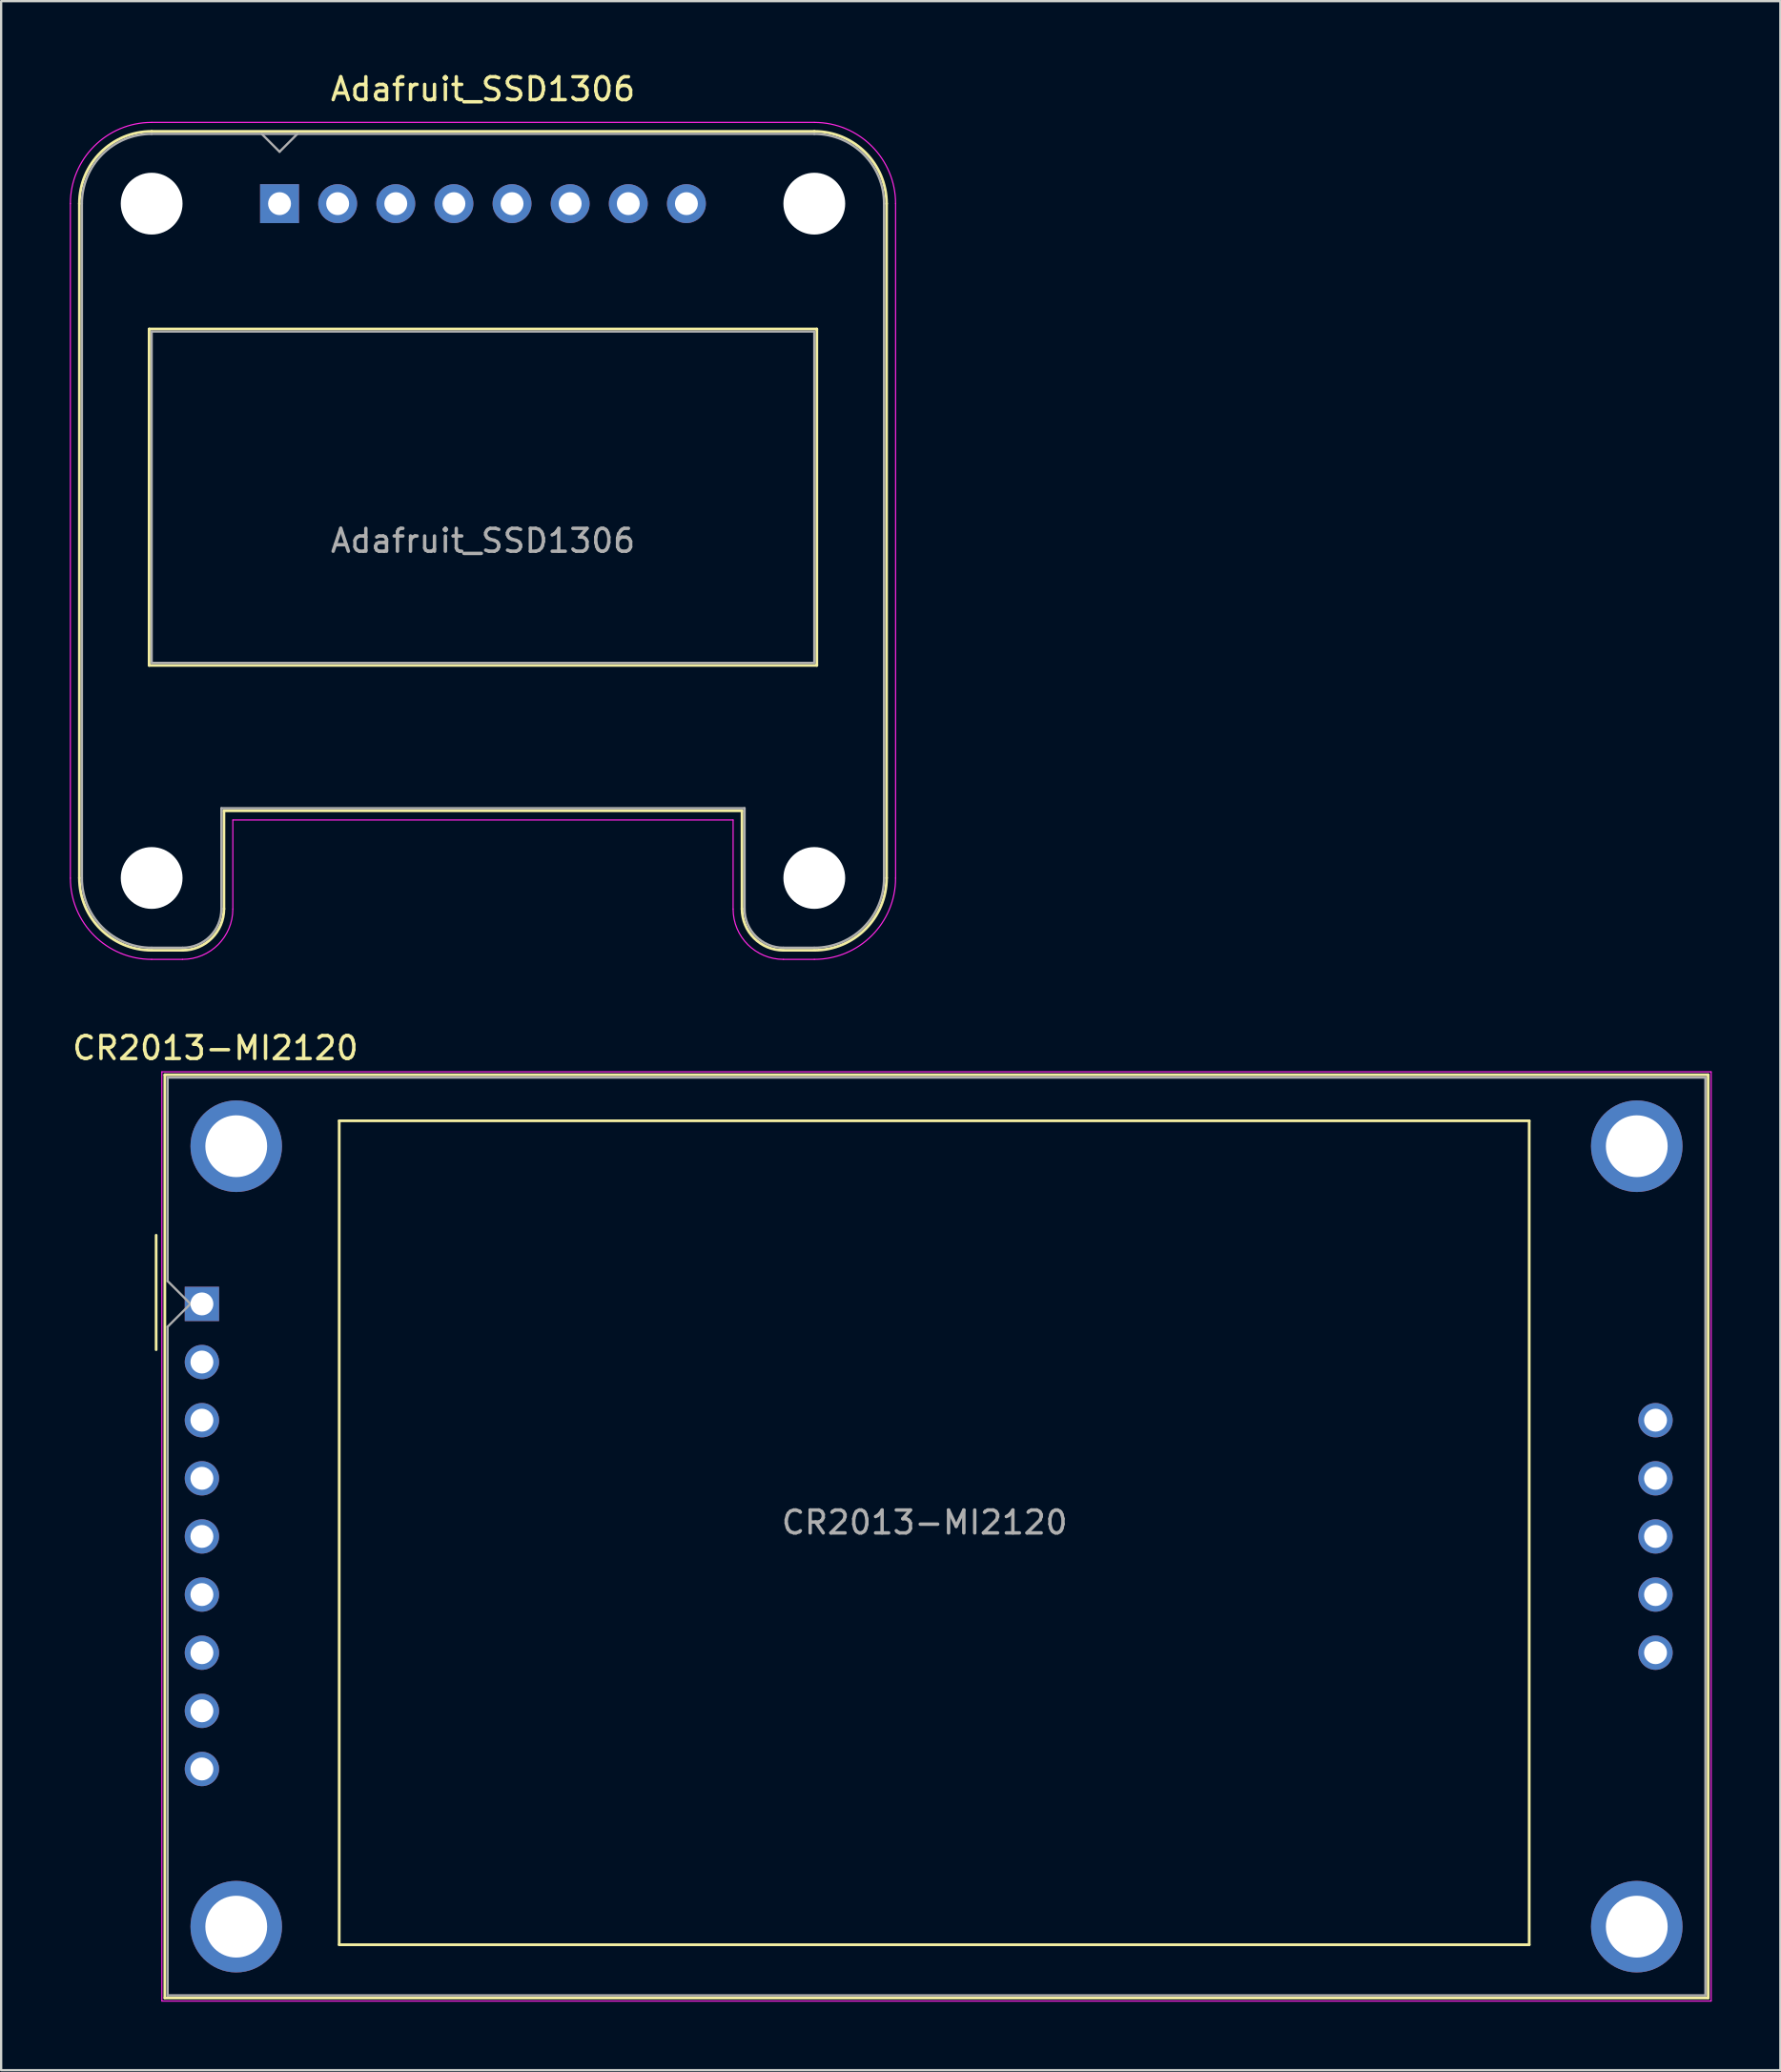
<source format=kicad_pcb>
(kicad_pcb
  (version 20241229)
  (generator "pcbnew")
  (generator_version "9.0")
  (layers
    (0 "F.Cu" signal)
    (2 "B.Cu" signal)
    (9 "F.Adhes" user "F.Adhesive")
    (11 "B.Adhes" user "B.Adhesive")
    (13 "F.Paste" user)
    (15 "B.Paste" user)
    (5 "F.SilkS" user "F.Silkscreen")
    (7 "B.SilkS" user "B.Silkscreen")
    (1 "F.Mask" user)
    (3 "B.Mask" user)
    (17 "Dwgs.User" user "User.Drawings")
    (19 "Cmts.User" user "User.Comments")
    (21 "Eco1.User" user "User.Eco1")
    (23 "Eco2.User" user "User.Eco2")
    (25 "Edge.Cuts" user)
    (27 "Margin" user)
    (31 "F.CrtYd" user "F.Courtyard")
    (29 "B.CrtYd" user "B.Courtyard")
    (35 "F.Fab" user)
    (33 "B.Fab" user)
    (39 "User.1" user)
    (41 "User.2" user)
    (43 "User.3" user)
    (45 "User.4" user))
  (footprint "Adafruit_SSD1306"
    (layer "F.Cu")
    (at 18.055 5.848)
    (property "Reference" "Adafruit_SSD1306" (at 0 -5 0) (layer "F.SilkS") (effects (font (size 1 1) (thickness 0.15))))
    (attr through_hole)
    (fp_line (start -17.636 0) (end -17.636 29.464) (stroke (width 0.12) (type solid)) (layer "F.SilkS"))
    (fp_line (start -14.588 5.478) (end -14.588 20.176) (stroke (width 0.12) (type solid)) (layer "F.SilkS"))
    (fp_line (start -14.588 5.478) (end 14.588 5.478) (stroke (width 0.12) (type solid)) (layer "F.SilkS"))
    (fp_line (start -14.588 20.176) (end 14.588 20.176) (stroke (width 0.12) (type solid)) (layer "F.SilkS"))
    (fp_line (start -13.128 32.622) (end -14.48 32.622) (stroke (width 0.12) (type solid)) (layer "F.SilkS"))
    (fp_line (start -11.32 26.526) (end -11.32 30.814) (stroke (width 0.12) (type solid)) (layer "F.SilkS"))
    (fp_line (start -11.32 26.526) (end 11.32 26.526) (stroke (width 0.12) (type solid)) (layer "F.SilkS"))
    (fp_line (start 11.32 26.526) (end 11.32 30.814) (stroke (width 0.12) (type solid)) (layer "F.SilkS"))
    (fp_line (start 13.128 32.622) (end 14.48 32.622) (stroke (width 0.12) (type solid)) (layer "F.SilkS"))
    (fp_line (start 14.478 -3.158) (end -14.478 -3.158) (stroke (width 0.12) (type solid)) (layer "F.SilkS"))
    (fp_line (start 14.588 5.478) (end 14.588 20.176) (stroke (width 0.12) (type solid)) (layer "F.SilkS"))
    (fp_line (start 17.636 0) (end 17.636 29.464) (stroke (width 0.12) (type solid)) (layer "F.SilkS"))
    (fp_arc (start -17.636 0) (mid -16.711043 -2.233043) (end -14.478 -3.158) (stroke (width 0.12) (type solid)) (layer "F.SilkS"))
    (fp_arc (start -14.478 32.622) (mid -16.711043 31.697043) (end -17.636 29.464) (stroke (width 0.12) (type solid)) (layer "F.SilkS"))
    (fp_arc (start -11.32 30.812) (mid -11.848137 32.091035) (end -13.126 32.622) (stroke (width 0.12) (type solid)) (layer "F.SilkS"))
    (fp_arc (start 13.126 32.622) (mid 11.848137 32.091035) (end 11.32 30.812) (stroke (width 0.12) (type solid)) (layer "F.SilkS"))
    (fp_arc (start 14.478 -3.158) (mid 16.711043 -2.233043) (end 17.636 0) (stroke (width 0.12) (type solid)) (layer "F.SilkS"))
    (fp_arc (start 17.636 29.464) (mid 16.711043 31.697043) (end 14.478 32.622) (stroke (width 0.12) (type solid)) (layer "F.SilkS"))
    (fp_line (start -18.03 0) (end -18.03 29.47) (stroke (width 0.05) (type solid)) (layer "F.CrtYd"))
    (fp_line (start -13.13 33.02) (end -14.48 33.02) (stroke (width 0.05) (type solid)) (layer "F.CrtYd"))
    (fp_line (start -10.93 26.93) (end -10.93 30.82) (stroke (width 0.05) (type solid)) (layer "F.CrtYd"))
    (fp_line (start -10.93 26.93) (end 10.93 26.93) (stroke (width 0.05) (type solid)) (layer "F.CrtYd"))
    (fp_line (start 10.93 26.93) (end 10.93 30.82) (stroke (width 0.05) (type solid)) (layer "F.CrtYd"))
    (fp_line (start 13.13 33.02) (end 14.48 33.02) (stroke (width 0.05) (type solid)) (layer "F.CrtYd"))
    (fp_line (start 14.48 -3.55) (end -14.48 -3.55) (stroke (width 0.05) (type solid)) (layer "F.CrtYd"))
    (fp_line (start 18.03 0) (end 18.03 29.47) (stroke (width 0.05) (type solid)) (layer "F.CrtYd"))
    (fp_arc (start -18.03 0) (mid -16.990229 -2.510229) (end -14.48 -3.55) (stroke (width 0.05) (type solid)) (layer "F.CrtYd"))
    (fp_arc (start -14.48 33.02) (mid -16.990229 31.980229) (end -18.03 29.47) (stroke (width 0.05) (type solid)) (layer "F.CrtYd"))
    (fp_arc (start -10.93 30.82) (mid -11.574365 32.375635) (end -13.13 33.02) (stroke (width 0.05) (type solid)) (layer "F.CrtYd"))
    (fp_arc (start 13.13 33.02) (mid 11.574365 32.375635) (end 10.93 30.82) (stroke (width 0.05) (type solid)) (layer "F.CrtYd"))
    (fp_arc (start 14.48 -3.55) (mid 16.990229 -2.510229) (end 18.03 0) (stroke (width 0.05) (type solid)) (layer "F.CrtYd"))
    (fp_arc (start 18.03 29.47) (mid 16.990229 31.980229) (end 14.48 33.02) (stroke (width 0.05) (type solid)) (layer "F.CrtYd"))
    (fp_line (start -17.526 0) (end -17.526 29.464) (stroke (width 0.1) (type solid)) (layer "F.Fab"))
    (fp_line (start -14.478 5.588) (end -14.478 20.066) (stroke (width 0.1) (type solid)) (layer "F.Fab"))
    (fp_line (start -14.478 5.588) (end 14.478 5.588) (stroke (width 0.1) (type solid)) (layer "F.Fab"))
    (fp_line (start -14.478 20.066) (end 14.478 20.066) (stroke (width 0.1) (type solid)) (layer "F.Fab"))
    (fp_line (start -13.128 32.512) (end -14.48 32.512) (stroke (width 0.1) (type solid)) (layer "F.Fab"))
    (fp_line (start -11.43 26.416) (end -11.43 30.814) (stroke (width 0.1) (type solid)) (layer "F.Fab"))
    (fp_line (start -11.43 26.416) (end 11.43 26.416) (stroke (width 0.1) (type solid)) (layer "F.Fab"))
    (fp_line (start -9.67 -3.048) (end -8.89 -2.268) (stroke (width 0.1) (type solid)) (layer "F.Fab"))
    (fp_line (start -8.89 -2.268) (end -8.11 -3.048) (stroke (width 0.1) (type solid)) (layer "F.Fab"))
    (fp_line (start 11.43 26.416) (end 11.43 30.814) (stroke (width 0.1) (type solid)) (layer "F.Fab"))
    (fp_line (start 13.128 32.512) (end 14.48 32.512) (stroke (width 0.1) (type solid)) (layer "F.Fab"))
    (fp_line (start 14.478 -3.048) (end -14.478 -3.048) (stroke (width 0.1) (type solid)) (layer "F.Fab"))
    (fp_line (start 14.478 5.588) (end 14.478 20.066) (stroke (width 0.1) (type solid)) (layer "F.Fab"))
    (fp_line (start 17.526 0) (end 17.526 29.464) (stroke (width 0.1) (type solid)) (layer "F.Fab"))
    (fp_arc (start -17.526 0.002) (mid -16.634676 -2.153847) (end -14.48 -3.048) (stroke (width 0.1) (type solid)) (layer "F.Fab"))
    (fp_arc (start -14.48 32.512) (mid -16.634676 31.617847) (end -17.526 29.462) (stroke (width 0.1) (type solid)) (layer "F.Fab"))
    (fp_arc (start -11.43 30.812) (mid -11.925918 32.013253) (end -13.126 32.512) (stroke (width 0.1) (type solid)) (layer "F.Fab"))
    (fp_arc (start 13.126 32.512) (mid 11.925918 32.013253) (end 11.43 30.812) (stroke (width 0.1) (type solid)) (layer "F.Fab"))
    (fp_arc (start 14.478 -3.048) (mid 16.633261 -2.155261) (end 17.526 0) (stroke (width 0.1) (type solid)) (layer "F.Fab"))
    (fp_arc (start 17.526 29.464) (mid 16.633261 31.619261) (end 14.478 32.512) (stroke (width 0.1) (type solid)) (layer "F.Fab"))
    (fp_text user "${REFERENCE}" (at 0 14.732 0) (layer "F.Fab") (effects (font (size 1 1) (thickness 0.15))))
    (pad "" np_thru_hole circle (at -14.478 0) (size 2.7 2.7) (drill 2.7) (layers "*.Cu" "*.Mask"))
    (pad "" np_thru_hole circle (at -14.478 29.464) (size 2.7 2.7) (drill 2.7) (layers "*.Cu" "*.Mask"))
    (pad "" np_thru_hole circle (at 14.478 0) (size 2.7 2.7) (drill 2.7) (layers "*.Cu" "*.Mask"))
    (pad "" np_thru_hole circle (at 14.478 29.464) (size 2.7 2.7) (drill 2.7) (layers "*.Cu" "*.Mask"))
    (pad "1" thru_hole rect (at -8.89 0) (size 1.7 1.7) (drill 1) (layers "*.Cu" "*.Mask"))
    (pad "2" thru_hole circle (at -6.35 0) (size 1.7 1.7) (drill 1) (layers "*.Cu" "*.Mask"))
    (pad "3" thru_hole circle (at -3.81 0) (size 1.7 1.7) (drill 1) (layers "*.Cu" "*.Mask"))
    (pad "4" thru_hole circle (at -1.27 0) (size 1.7 1.7) (drill 1) (layers "*.Cu" "*.Mask"))
    (pad "5" thru_hole circle (at 1.27 0) (size 1.7 1.7) (drill 1) (layers "*.Cu" "*.Mask"))
    (pad "6" thru_hole circle (at 3.81 0) (size 1.7 1.7) (drill 1) (layers "*.Cu" "*.Mask"))
    (pad "7" thru_hole circle (at 6.35 0) (size 1.7 1.7) (drill 1) (layers "*.Cu" "*.Mask"))
    (pad "8" thru_hole circle (at 8.89 0) (size 1.7 1.7) (drill 1) (layers "*.Cu" "*.Mask")))
  (footprint "CR2013-MI2120"
    (layer "F.Cu")
    (at 5.773 53.922)
    (property "Reference" "CR2013-MI2120" (at 0.59 -11.18 0) (layer "F.SilkS") (effects (font (size 1 1) (thickness 0.15))))
    (attr through_hole)
    (fp_line (start -2 -3) (end -2 2) (stroke (width 0.12) (type solid)) (layer "F.SilkS"))
    (fp_line (start -1.62 -10.01) (end 65.82 -10.01) (stroke (width 0.12) (type solid)) (layer "F.SilkS"))
    (fp_line (start -1.62 30.33) (end -1.62 -10.01) (stroke (width 0.12) (type solid)) (layer "F.SilkS"))
    (fp_line (start 6 -8) (end 58 -8) (stroke (width 0.12) (type solid)) (layer "F.SilkS"))
    (fp_line (start 6 28) (end 6 -8) (stroke (width 0.12) (type solid)) (layer "F.SilkS"))
    (fp_line (start 58 -8) (end 58 28) (stroke (width 0.12) (type solid)) (layer "F.SilkS"))
    (fp_line (start 58 28) (end 6 28) (stroke (width 0.12) (type solid)) (layer "F.SilkS"))
    (fp_line (start 65.82 -10.01) (end 65.82 30.33) (stroke (width 0.12) (type solid)) (layer "F.SilkS"))
    (fp_line (start 65.82 30.33) (end -1.62 30.33) (stroke (width 0.12) (type solid)) (layer "F.SilkS"))
    (fp_line (start -1.75 -10.14) (end 65.95 -10.14) (stroke (width 0.05) (type solid)) (layer "F.CrtYd"))
    (fp_line (start -1.75 30.46) (end -1.75 -10.14) (stroke (width 0.05) (type solid)) (layer "F.CrtYd"))
    (fp_line (start 65.95 -10.14) (end 65.95 30.46) (stroke (width 0.05) (type solid)) (layer "F.CrtYd"))
    (fp_line (start 65.95 30.46) (end -1.75 30.46) (stroke (width 0.05) (type solid)) (layer "F.CrtYd"))
    (fp_line (start -1.5 -9.89) (end 65.7 -9.89) (stroke (width 0.1) (type solid)) (layer "F.Fab"))
    (fp_line (start -1.5 -1) (end -1.5 -9.89) (stroke (width 0.1) (type solid)) (layer "F.Fab"))
    (fp_line (start -1.5 1) (end -0.5 0) (stroke (width 0.1) (type solid)) (layer "F.Fab"))
    (fp_line (start -1.5 30.21) (end -1.5 1) (stroke (width 0.1) (type solid)) (layer "F.Fab"))
    (fp_line (start -0.5 0) (end -1.5 -1) (stroke (width 0.1) (type solid)) (layer "F.Fab"))
    (fp_line (start 65.7 -9.89) (end 65.7 30.21) (stroke (width 0.1) (type solid)) (layer "F.Fab"))
    (fp_line (start 65.7 30.21) (end -1.5 30.21) (stroke (width 0.1) (type solid)) (layer "F.Fab"))
    (fp_text user "${REFERENCE}" (at 31.58 9.55 0) (layer "F.Fab") (effects (font (size 1 1) (thickness 0.15))))
    (pad "" thru_hole circle (at 1.5 -6.89) (size 4 4) (drill 2.7) (layers "*.Cu" "*.Mask"))
    (pad "" thru_hole circle (at 1.5 27.21) (size 4 4) (drill 2.7) (layers "*.Cu" "*.Mask"))
    (pad "" thru_hole circle (at 62.7 -6.89) (size 4 4) (drill 2.7) (layers "*.Cu" "*.Mask"))
    (pad "" thru_hole circle (at 62.7 27.21) (size 4 4) (drill 2.7) (layers "*.Cu" "*.Mask"))
    (pad "1" thru_hole rect (at 0 0) (size 1.5 1.5) (drill 1) (layers "*.Cu" "*.Mask"))
    (pad "2" thru_hole circle (at 0 2.54) (size 1.5 1.5) (drill 1) (layers "*.Cu" "*.Mask"))
    (pad "3" thru_hole circle (at 0 5.08) (size 1.5 1.5) (drill 1) (layers "*.Cu" "*.Mask"))
    (pad "4" thru_hole circle (at 0 7.62) (size 1.5 1.5) (drill 1) (layers "*.Cu" "*.Mask"))
    (pad "5" thru_hole circle (at 0 10.16) (size 1.5 1.5) (drill 1) (layers "*.Cu" "*.Mask"))
    (pad "6" thru_hole circle (at 0 12.7) (size 1.5 1.5) (drill 1) (layers "*.Cu" "*.Mask"))
    (pad "7" thru_hole circle (at 0 15.24) (size 1.5 1.5) (drill 1) (layers "*.Cu" "*.Mask"))
    (pad "8" thru_hole circle (at 0 17.78) (size 1.5 1.5) (drill 1) (layers "*.Cu" "*.Mask"))
    (pad "9" thru_hole circle (at 0 20.32) (size 1.5 1.5) (drill 1) (layers "*.Cu" "*.Mask"))
    (pad "10" thru_hole circle (at 63.52 5.08) (size 1.5 1.5) (drill 1) (layers "*.Cu" "*.Mask"))
    (pad "11" thru_hole circle (at 63.52 7.62) (size 1.5 1.5) (drill 1) (layers "*.Cu" "*.Mask"))
    (pad "12" thru_hole circle (at 63.52 10.16) (size 1.5 1.5) (drill 1) (layers "*.Cu" "*.Mask"))
    (pad "13" thru_hole circle (at 63.52 12.7) (size 1.5 1.5) (drill 1) (layers "*.Cu" "*.Mask"))
    (pad "14" thru_hole circle (at 63.52 15.24) (size 1.5 1.5) (drill 1) (layers "*.Cu" "*.Mask")))
  (gr_rect
    (start -3 -3)
    (end 74.748 87.406)
    (stroke (width 0.1) (type default))
    (fill no)
    (layer "Edge.Cuts")))
</source>
